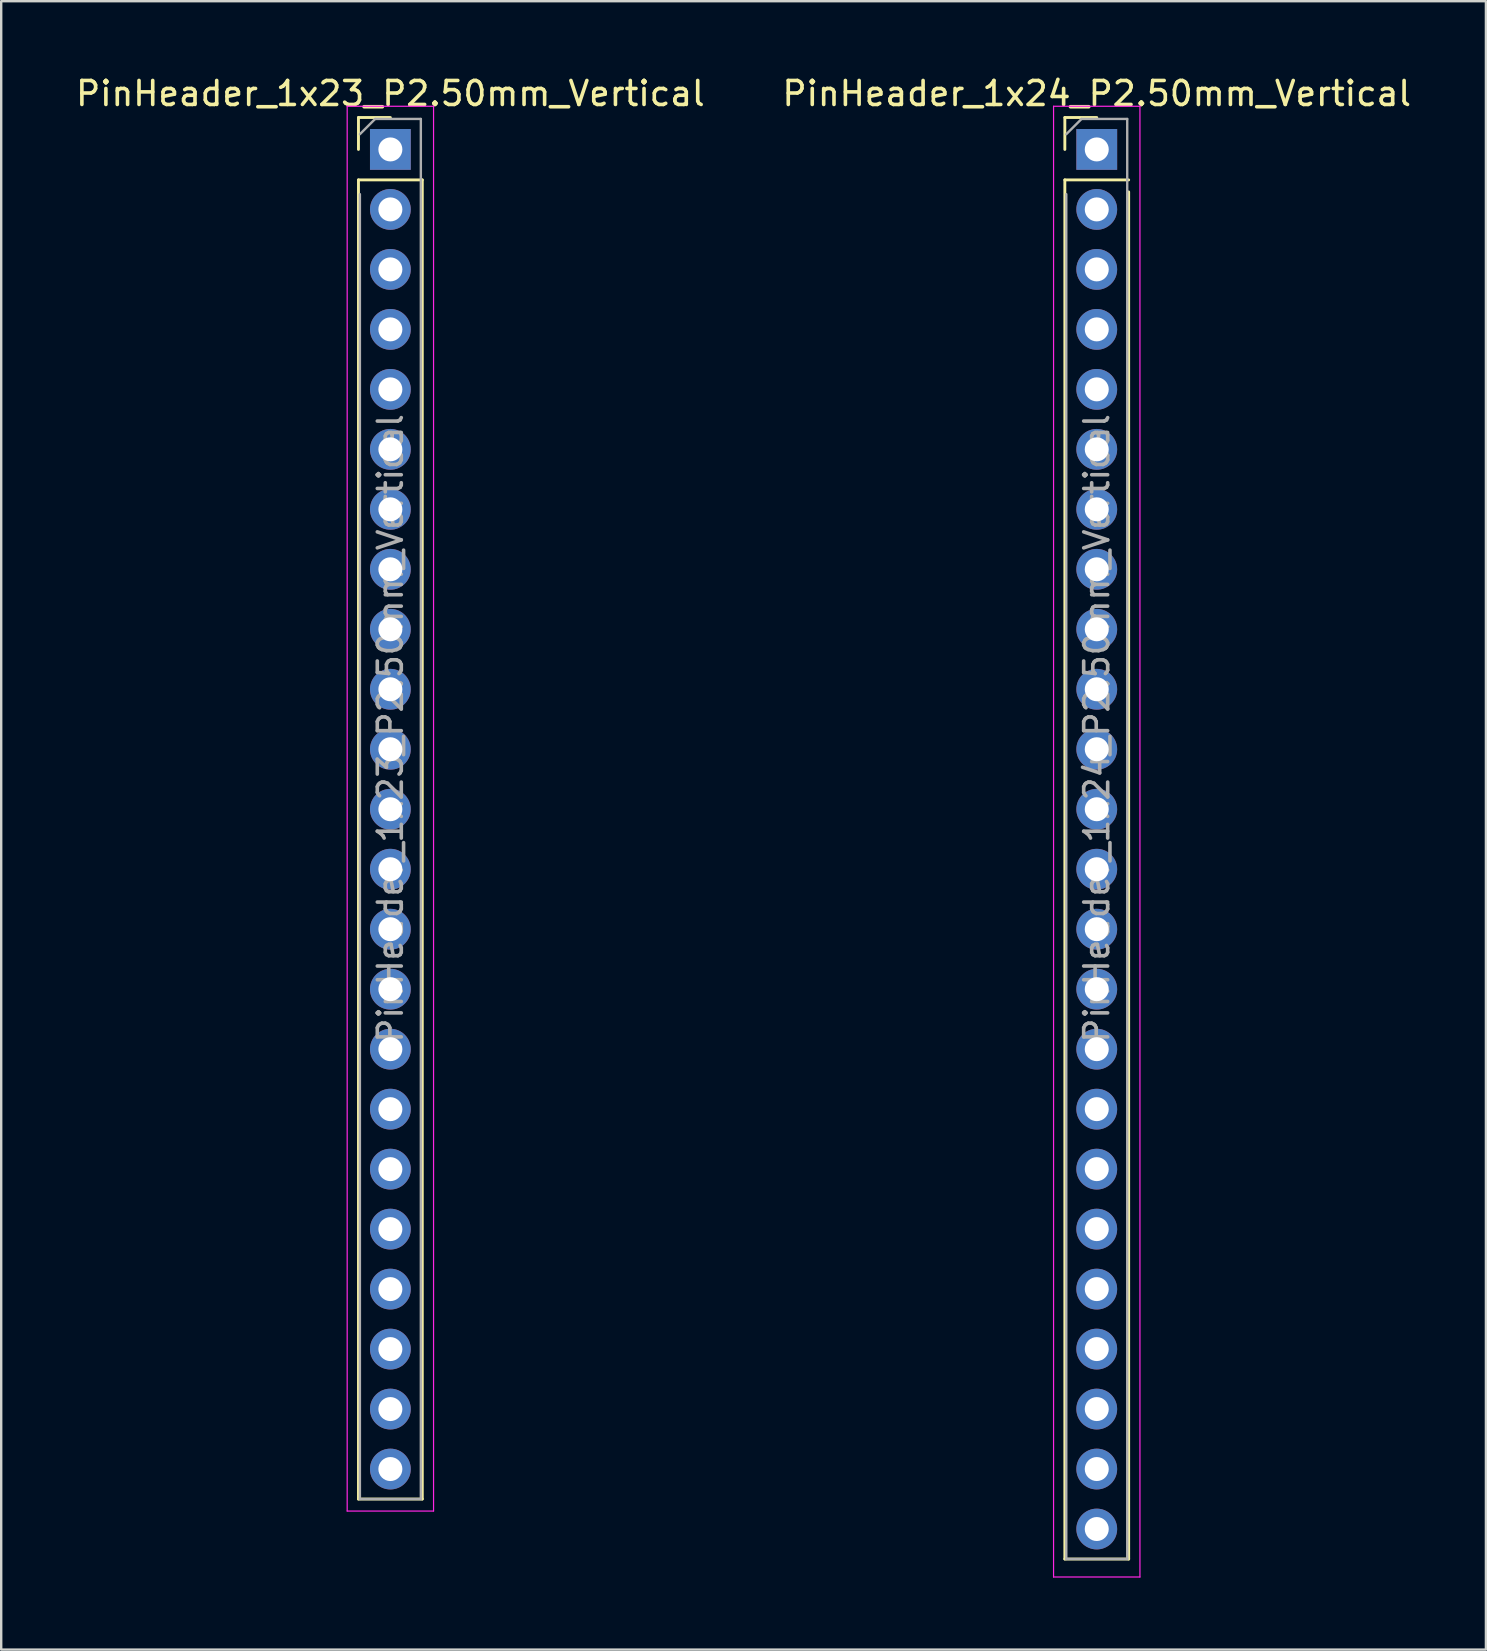
<source format=kicad_pcb>
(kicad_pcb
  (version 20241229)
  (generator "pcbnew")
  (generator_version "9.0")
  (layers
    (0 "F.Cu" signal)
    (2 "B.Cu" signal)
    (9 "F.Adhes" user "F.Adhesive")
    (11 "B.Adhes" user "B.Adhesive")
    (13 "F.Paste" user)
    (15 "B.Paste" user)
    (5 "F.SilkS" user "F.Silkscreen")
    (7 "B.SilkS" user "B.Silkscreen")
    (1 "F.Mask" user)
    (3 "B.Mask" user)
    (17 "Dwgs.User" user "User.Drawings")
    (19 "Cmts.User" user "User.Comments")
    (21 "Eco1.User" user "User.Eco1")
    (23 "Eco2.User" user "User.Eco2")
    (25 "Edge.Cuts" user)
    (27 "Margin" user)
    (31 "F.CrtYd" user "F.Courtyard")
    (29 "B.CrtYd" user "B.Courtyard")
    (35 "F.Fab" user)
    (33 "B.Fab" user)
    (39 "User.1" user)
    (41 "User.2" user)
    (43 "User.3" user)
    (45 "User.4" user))
  (footprint "PinHeader_1x24_P2.50mm_Vertical"
    (layer "F.Cu")
    (at 42.661 10.678)
    (property "Reference" "PinHeader_1x24_P2.50mm_Vertical" (at 0 -9.83 0) (layer "F.SilkS") (effects (font (size 1 1) (thickness 0.15))))
    (attr through_hole)
    (fp_line (start -1.33 -8.83) (end 0 -8.83) (stroke (width 0.12) (type solid)) (layer "F.SilkS"))
    (fp_line (start -1.33 -7.5) (end -1.33 -8.83) (stroke (width 0.12) (type solid)) (layer "F.SilkS"))
    (fp_line (start -1.33 -6.23) (end -1.33 51.25) (stroke (width 0.12) (type solid)) (layer "F.SilkS"))
    (fp_line (start -1.33 -6.23) (end 1.33 -6.23) (stroke (width 0.12) (type solid)) (layer "F.SilkS"))
    (fp_line (start -1.33 51.25) (end 1.33 51.25) (stroke (width 0.12) (type solid)) (layer "F.SilkS"))
    (fp_line (start 1.33 -5.73) (end 1.33 51.25) (stroke (width 0.12) (type solid)) (layer "F.SilkS"))
    (fp_line (start -1.8 -9.3) (end -1.8 52) (stroke (width 0.05) (type solid)) (layer "F.CrtYd"))
    (fp_line (start -1.8 52) (end 1.8 52) (stroke (width 0.05) (type solid)) (layer "F.CrtYd"))
    (fp_line (start 1.8 -9.3) (end -1.8 -9.3) (stroke (width 0.05) (type solid)) (layer "F.CrtYd"))
    (fp_line (start 1.8 52) (end 1.8 -9.3) (stroke (width 0.05) (type solid)) (layer "F.CrtYd"))
    (fp_line (start -1.27 -8.135) (end -0.635 -8.77) (stroke (width 0.1) (type solid)) (layer "F.Fab"))
    (fp_line (start -1.27 51.25) (end -1.27 -5.635) (stroke (width 0.1) (type solid)) (layer "F.Fab"))
    (fp_line (start -0.635 -8.77) (end 1.27 -8.77) (stroke (width 0.1) (type solid)) (layer "F.Fab"))
    (fp_line (start 1.27 -8.77) (end 1.27 51.25) (stroke (width 0.1) (type solid)) (layer "F.Fab"))
    (fp_line (start 1.27 51.25) (end -1.27 51.25) (stroke (width 0.1) (type solid)) (layer "F.Fab"))
    (fp_text user "${REFERENCE}" (at 0 16.63 90) (layer "F.Fab") (effects (font (size 1 1) (thickness 0.15))))
    (pad "1" thru_hole rect (at 0 -7.5) (size 1.7 1.7) (drill 1) (layers "*.Cu" "*.Mask"))
    (pad "2" thru_hole oval (at 0 -5) (size 1.7 1.7) (drill 1) (layers "*.Cu" "*.Mask"))
    (pad "3" thru_hole oval (at 0 -2.5) (size 1.7 1.7) (drill 1) (layers "*.Cu" "*.Mask"))
    (pad "4" thru_hole oval (at 0 0) (size 1.7 1.7) (drill 1) (layers "*.Cu" "*.Mask"))
    (pad "5" thru_hole oval (at 0 2.5) (size 1.7 1.7) (drill 1) (layers "*.Cu" "*.Mask"))
    (pad "6" thru_hole oval (at 0 5) (size 1.7 1.7) (drill 1) (layers "*.Cu" "*.Mask"))
    (pad "7" thru_hole oval (at 0 7.5) (size 1.7 1.7) (drill 1) (layers "*.Cu" "*.Mask"))
    (pad "8" thru_hole oval (at 0 10) (size 1.7 1.7) (drill 1) (layers "*.Cu" "*.Mask"))
    (pad "9" thru_hole oval (at 0 12.5) (size 1.7 1.7) (drill 1) (layers "*.Cu" "*.Mask"))
    (pad "10" thru_hole oval (at 0 15) (size 1.7 1.7) (drill 1) (layers "*.Cu" "*.Mask"))
    (pad "11" thru_hole oval (at 0 17.5) (size 1.7 1.7) (drill 1) (layers "*.Cu" "*.Mask"))
    (pad "12" thru_hole oval (at 0 20) (size 1.7 1.7) (drill 1) (layers "*.Cu" "*.Mask"))
    (pad "13" thru_hole oval (at 0 22.5) (size 1.7 1.7) (drill 1) (layers "*.Cu" "*.Mask"))
    (pad "14" thru_hole oval (at 0 25) (size 1.7 1.7) (drill 1) (layers "*.Cu" "*.Mask"))
    (pad "15" thru_hole oval (at 0 27.5) (size 1.7 1.7) (drill 1) (layers "*.Cu" "*.Mask"))
    (pad "16" thru_hole oval (at 0 30) (size 1.7 1.7) (drill 1) (layers "*.Cu" "*.Mask"))
    (pad "17" thru_hole oval (at 0 32.5) (size 1.7 1.7) (drill 1) (layers "*.Cu" "*.Mask"))
    (pad "18" thru_hole oval (at 0 35) (size 1.7 1.7) (drill 1) (layers "*.Cu" "*.Mask"))
    (pad "19" thru_hole oval (at 0 37.5) (size 1.7 1.7) (drill 1) (layers "*.Cu" "*.Mask"))
    (pad "20" thru_hole oval (at 0 40) (size 1.7 1.7) (drill 1) (layers "*.Cu" "*.Mask"))
    (pad "21" thru_hole oval (at 0 42.5) (size 1.7 1.7) (drill 1) (layers "*.Cu" "*.Mask"))
    (pad "22" thru_hole oval (at 0 45) (size 1.7 1.7) (drill 1) (layers "*.Cu" "*.Mask"))
    (pad "23" thru_hole oval (at 0 47.5) (size 1.7 1.7) (drill 1) (layers "*.Cu" "*.Mask"))
    (pad "24" thru_hole oval (at 0 50) (size 1.7 1.7) (drill 1) (layers "*.Cu" "*.Mask")))
  (footprint "PinHeader_1x23_P2.50mm_Vertical"
    (layer "F.Cu")
    (at 13.22 10.678)
    (property "Reference" "PinHeader_1x23_P2.50mm_Vertical" (at 0 -9.83 0) (layer "F.SilkS") (effects (font (size 1 1) (thickness 0.15))))
    (attr through_hole)
    (fp_line (start -1.33 -8.83) (end 0 -8.83) (stroke (width 0.12) (type solid)) (layer "F.SilkS"))
    (fp_line (start -1.33 -7.5) (end -1.33 -8.83) (stroke (width 0.12) (type solid)) (layer "F.SilkS"))
    (fp_line (start -1.33 -6.23) (end -1.33 48.75) (stroke (width 0.12) (type solid)) (layer "F.SilkS"))
    (fp_line (start -1.33 -6.23) (end 1.33 -6.23) (stroke (width 0.12) (type solid)) (layer "F.SilkS"))
    (fp_line (start -1.33 48.75) (end 1.33 48.75) (stroke (width 0.12) (type solid)) (layer "F.SilkS"))
    (fp_line (start 1.33 -6.23) (end 1.33 48.75) (stroke (width 0.12) (type solid)) (layer "F.SilkS"))
    (fp_line (start -1.8 -9.3) (end -1.8 49.25) (stroke (width 0.05) (type solid)) (layer "F.CrtYd"))
    (fp_line (start -1.8 49.25) (end 1.8 49.25) (stroke (width 0.05) (type solid)) (layer "F.CrtYd"))
    (fp_line (start 1.8 -9.3) (end -1.8 -9.3) (stroke (width 0.05) (type solid)) (layer "F.CrtYd"))
    (fp_line (start 1.8 49.25) (end 1.8 -9.3) (stroke (width 0.05) (type solid)) (layer "F.CrtYd"))
    (fp_line (start -1.27 -8.135) (end -0.635 -8.77) (stroke (width 0.1) (type solid)) (layer "F.Fab"))
    (fp_line (start -1.27 48.75) (end -1.27 -5.635) (stroke (width 0.1) (type solid)) (layer "F.Fab"))
    (fp_line (start -0.635 -8.77) (end 1.27 -8.77) (stroke (width 0.1) (type solid)) (layer "F.Fab"))
    (fp_line (start 1.27 -8.77) (end 1.27 48.75) (stroke (width 0.1) (type solid)) (layer "F.Fab"))
    (fp_line (start 1.27 48.75) (end -1.27 48.75) (stroke (width 0.1) (type solid)) (layer "F.Fab"))
    (fp_text user "${REFERENCE}" (at 0 16.63 90) (layer "F.Fab") (effects (font (size 1 1) (thickness 0.15))))
    (pad "1" thru_hole rect (at 0 -7.5) (size 1.7 1.7) (drill 1) (layers "*.Cu" "*.Mask"))
    (pad "2" thru_hole oval (at 0 -5) (size 1.7 1.7) (drill 1) (layers "*.Cu" "*.Mask"))
    (pad "3" thru_hole oval (at 0 -2.5) (size 1.7 1.7) (drill 1) (layers "*.Cu" "*.Mask"))
    (pad "4" thru_hole oval (at 0 0) (size 1.7 1.7) (drill 1) (layers "*.Cu" "*.Mask"))
    (pad "5" thru_hole oval (at 0 2.5) (size 1.7 1.7) (drill 1) (layers "*.Cu" "*.Mask"))
    (pad "6" thru_hole oval (at 0 5) (size 1.7 1.7) (drill 1) (layers "*.Cu" "*.Mask"))
    (pad "7" thru_hole oval (at 0 7.5) (size 1.7 1.7) (drill 1) (layers "*.Cu" "*.Mask"))
    (pad "8" thru_hole oval (at 0 10) (size 1.7 1.7) (drill 1) (layers "*.Cu" "*.Mask"))
    (pad "9" thru_hole oval (at 0 12.5) (size 1.7 1.7) (drill 1) (layers "*.Cu" "*.Mask"))
    (pad "10" thru_hole oval (at 0 15) (size 1.7 1.7) (drill 1) (layers "*.Cu" "*.Mask"))
    (pad "11" thru_hole oval (at 0 17.5) (size 1.7 1.7) (drill 1) (layers "*.Cu" "*.Mask"))
    (pad "12" thru_hole oval (at 0 20) (size 1.7 1.7) (drill 1) (layers "*.Cu" "*.Mask"))
    (pad "13" thru_hole oval (at 0 22.5) (size 1.7 1.7) (drill 1) (layers "*.Cu" "*.Mask"))
    (pad "14" thru_hole oval (at 0 25) (size 1.7 1.7) (drill 1) (layers "*.Cu" "*.Mask"))
    (pad "15" thru_hole oval (at 0 27.5) (size 1.7 1.7) (drill 1) (layers "*.Cu" "*.Mask"))
    (pad "16" thru_hole oval (at 0 30) (size 1.7 1.7) (drill 1) (layers "*.Cu" "*.Mask"))
    (pad "17" thru_hole oval (at 0 32.5) (size 1.7 1.7) (drill 1) (layers "*.Cu" "*.Mask"))
    (pad "18" thru_hole oval (at 0 35) (size 1.7 1.7) (drill 1) (layers "*.Cu" "*.Mask"))
    (pad "19" thru_hole oval (at 0 37.5) (size 1.7 1.7) (drill 1) (layers "*.Cu" "*.Mask"))
    (pad "20" thru_hole oval (at 0 40) (size 1.7 1.7) (drill 1) (layers "*.Cu" "*.Mask"))
    (pad "21" thru_hole oval (at 0 42.5) (size 1.7 1.7) (drill 1) (layers "*.Cu" "*.Mask"))
    (pad "22" thru_hole oval (at 0 45) (size 1.7 1.7) (drill 1) (layers "*.Cu" "*.Mask"))
    (pad "23" thru_hole oval (at 0 47.5) (size 1.7 1.7) (drill 1) (layers "*.Cu" "*.Mask")))
  (gr_rect
    (start -3 -3)
    (end 58.881 65.703)
    (stroke (width 0.1) (type default))
    (fill no)
    (layer "Edge.Cuts")))
</source>
